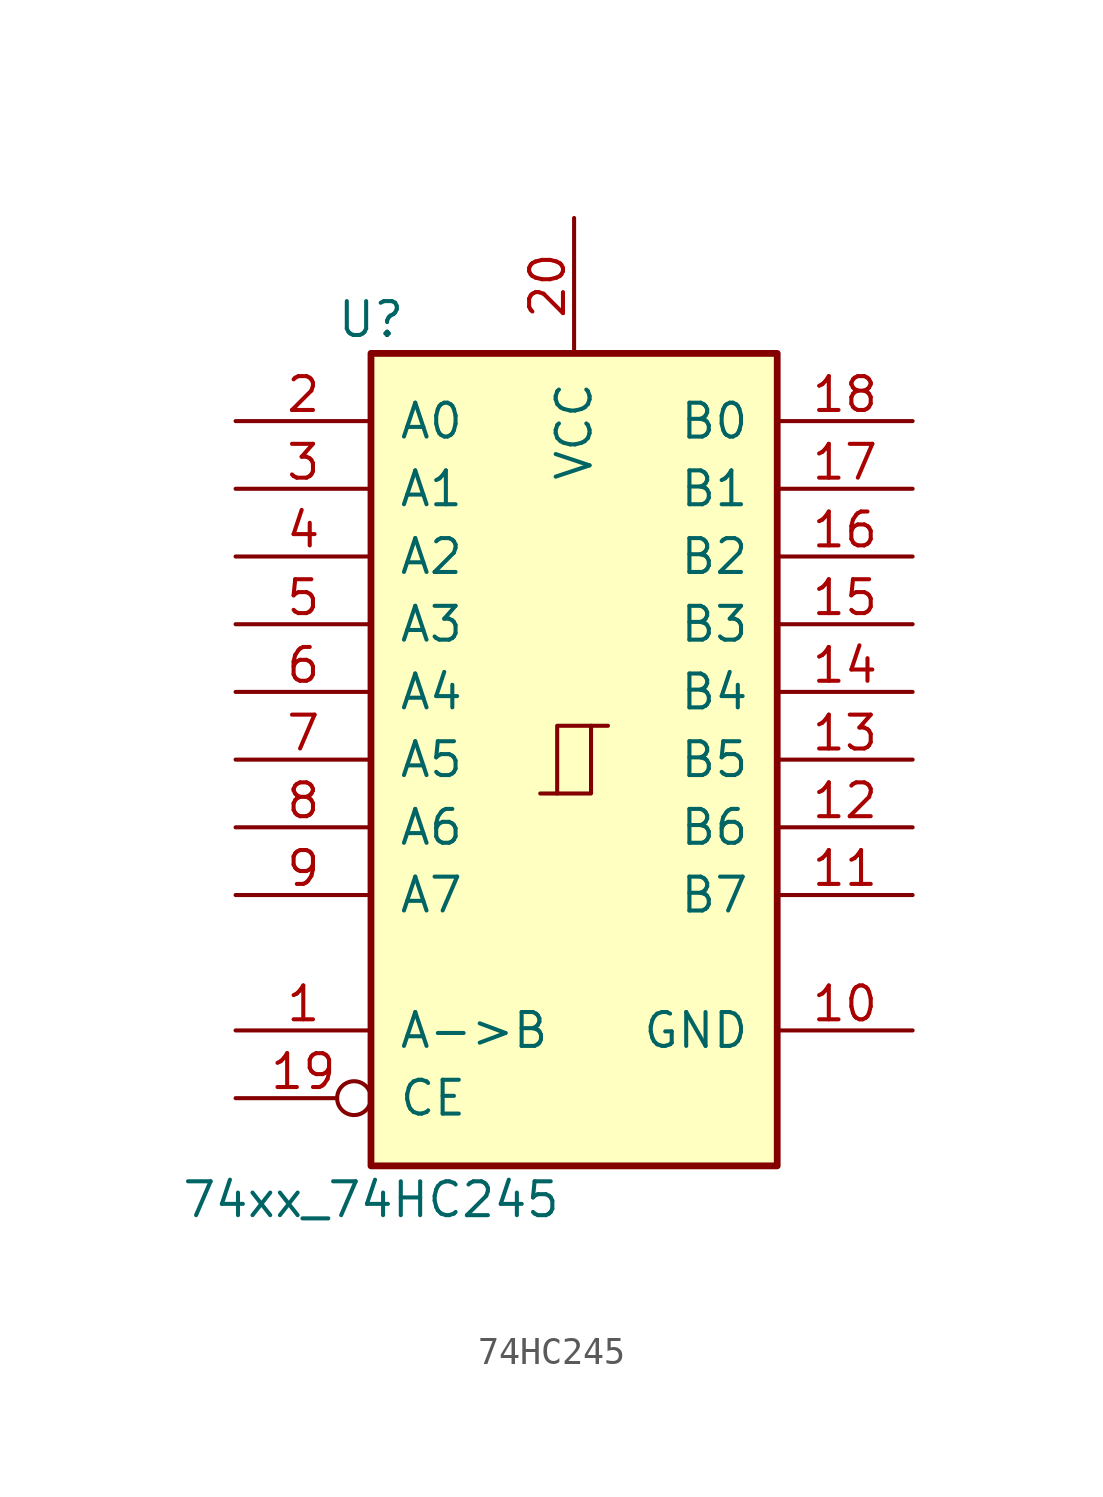
<source format=kicad_sym>
(kicad_symbol_lib
  (version 20231120)
  (generator "kicad_symbol_editor")
  (generator_version "8.0")
  (symbol "74HC245"
    (pin_names
      (offset 1.016))
    (property "Reference" "U"
      (at -7.62 16.51 0)
      (effects (font (size 1.27 1.27))))
    (property "Value" "74xx_74HC245"
      (at -7.62 -16.51 0)
      (effects (font (size 1.27 1.27))))
    (property "ki_locked" ""
      (at 0 0 0)
      (effects (font (size 1.27 1.27))))
    (symbol "74HC245_1_0"
      (polyline (pts (xy -0.635 -1.27) (xy -0.635 1.27) (xy 0.635 1.27)) (stroke (width 0) (type solid)) (fill (type none)))
      (polyline (pts (xy -1.27 -1.27) (xy 0.635 -1.27) (xy 0.635 1.27) (xy 1.27 1.27)) (stroke (width 0) (type solid)) (fill (type none)))
      (pin input line (at -12.7 -10.16 0) (length 5.08) (name "A->B" (effects (font (size 1.27 1.27)))) (number "1" (effects (font (size 1.27 1.27)))))
      (pin power_in line (at 12.7 -10.16 180) (length 5.08) (name "GND" (effects (font (size 1.27 1.27)))) (number "10" (effects (font (size 1.27 1.27)))))
      (pin tri_state line (at 12.7 -5.08 180) (length 5.08) (name "B7" (effects (font (size 1.27 1.27)))) (number "11" (effects (font (size 1.27 1.27)))))
      (pin tri_state line (at 12.7 -2.54 180) (length 5.08) (name "B6" (effects (font (size 1.27 1.27)))) (number "12" (effects (font (size 1.27 1.27)))))
      (pin tri_state line (at 12.7 0 180) (length 5.08) (name "B5" (effects (font (size 1.27 1.27)))) (number "13" (effects (font (size 1.27 1.27)))))
      (pin tri_state line (at 12.7 2.54 180) (length 5.08) (name "B4" (effects (font (size 1.27 1.27)))) (number "14" (effects (font (size 1.27 1.27)))))
      (pin tri_state line (at 12.7 5.08 180) (length 5.08) (name "B3" (effects (font (size 1.27 1.27)))) (number "15" (effects (font (size 1.27 1.27)))))
      (pin tri_state line (at 12.7 7.62 180) (length 5.08) (name "B2" (effects (font (size 1.27 1.27)))) (number "16" (effects (font (size 1.27 1.27)))))
      (pin tri_state line (at 12.7 10.16 180) (length 5.08) (name "B1" (effects (font (size 1.27 1.27)))) (number "17" (effects (font (size 1.27 1.27)))))
      (pin tri_state line (at 12.7 12.7 180) (length 5.08) (name "B0" (effects (font (size 1.27 1.27)))) (number "18" (effects (font (size 1.27 1.27)))))
      (pin input inverted (at -12.7 -12.7 0) (length 5.08) (name "CE" (effects (font (size 1.27 1.27)))) (number "19" (effects (font (size 1.27 1.27)))))
      (pin tri_state line (at -12.7 12.7 0) (length 5.08) (name "A0" (effects (font (size 1.27 1.27)))) (number "2" (effects (font (size 1.27 1.27)))))
      (pin power_in line (at 0 20.32 270) (length 5.08) (name "VCC" (effects (font (size 1.27 1.27)))) (number "20" (effects (font (size 1.27 1.27)))))
      (pin tri_state line (at -12.7 10.16 0) (length 5.08) (name "A1" (effects (font (size 1.27 1.27)))) (number "3" (effects (font (size 1.27 1.27)))))
      (pin tri_state line (at -12.7 7.62 0) (length 5.08) (name "A2" (effects (font (size 1.27 1.27)))) (number "4" (effects (font (size 1.27 1.27)))))
      (pin tri_state line (at -12.7 5.08 0) (length 5.08) (name "A3" (effects (font (size 1.27 1.27)))) (number "5" (effects (font (size 1.27 1.27)))))
      (pin tri_state line (at -12.7 2.54 0) (length 5.08) (name "A4" (effects (font (size 1.27 1.27)))) (number "6" (effects (font (size 1.27 1.27)))))
      (pin tri_state line (at -12.7 0 0) (length 5.08) (name "A5" (effects (font (size 1.27 1.27)))) (number "7" (effects (font (size 1.27 1.27)))))
      (pin tri_state line (at -12.7 -2.54 0) (length 5.08) (name "A6" (effects (font (size 1.27 1.27)))) (number "8" (effects (font (size 1.27 1.27)))))
      (pin tri_state line (at -12.7 -5.08 0) (length 5.08) (name "A7" (effects (font (size 1.27 1.27)))) (number "9" (effects (font (size 1.27 1.27))))))
    (symbol "74HC245_1_1"
      (rectangle (start -7.62 15.24) (end 7.62 -15.24) (stroke (width 0.254) (type solid)) (fill (type background))))))
</source>
